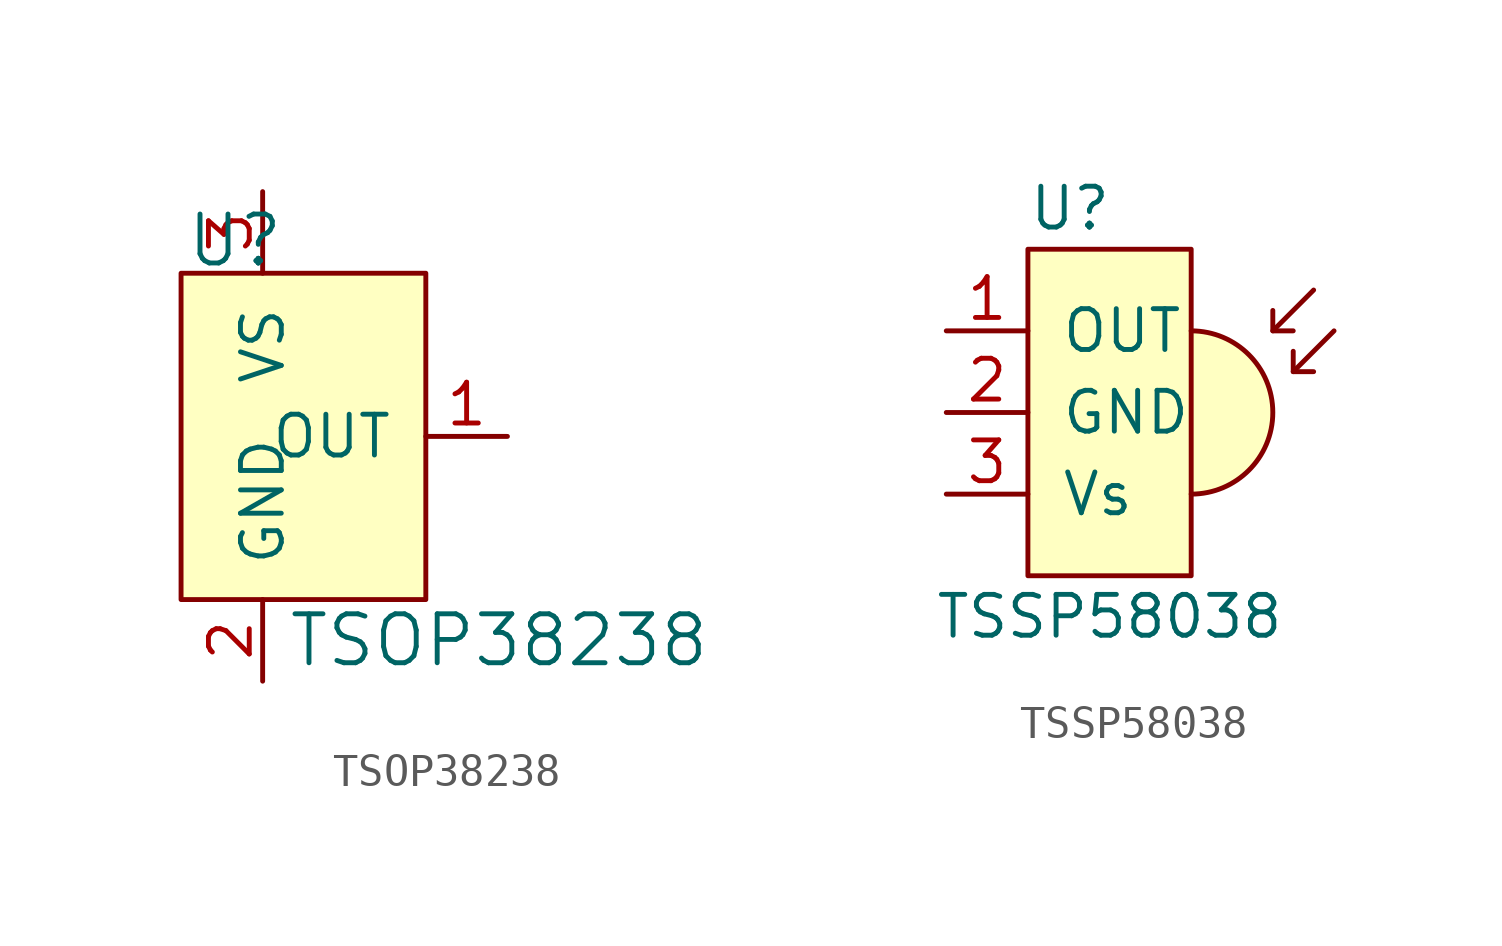
<source format=kicad_sym>
(kicad_symbol_lib
  (version 20211014)
  (generator kicad_symbol_editor)
  (symbol "TSOP38238"
    (pin_names
      (offset 1.016))
    (property "Reference" "U"
      (at -2.413 3.556 0)
      (effects (font (size 1.524 1.524)) (justify left)))
    (property "Value" "TSOP38238"
      (at 0.762 -8.89 0)
      (effects (font (size 1.524 1.524)) (justify left)))
    (symbol "TSOP38238_0_1"
      (rectangle (start -2.54 2.54) (end 5.08 -7.62) (stroke (width 0) (type default) (color 0 0 0 0)) (fill (type background))))
    (symbol "TSOP38238_1_1"
      (pin output line (at 7.62 -2.54 180) (length 2.54) (name "OUT" (effects (font (size 1.27 1.27)))) (number "1" (effects (font (size 1.27 1.27)))))
      (pin power_in line (at 0 -10.16 90) (length 2.54) (name "GND" (effects (font (size 1.27 1.27)))) (number "2" (effects (font (size 1.27 1.27)))))
      (pin power_in line (at 0 5.08 270) (length 2.54) (name "VS" (effects (font (size 1.27 1.27)))) (number "3" (effects (font (size 1.27 1.27)))))))
  (symbol "TSSP58038"
    (pin_names
      (offset 1.016))
    (property "Reference" "U"
      (at -2.54 6.35 0)
      (effects (font (size 1.27 1.27)) (justify left)))
    (property "Value" "TSSP58038"
      (at 0 -6.35 0)
      (effects (font (size 1.27 1.27))))
    (symbol "TSSP58038_0_1"
      (rectangle (start -2.54 5.08) (end 2.54 -5.08) (stroke (width 0) (type default) (color 0 0 0 0)) (fill (type background)))
      (polyline (pts (xy 5.08 2.54) (xy 6.35 3.81)) (stroke (width 0) (type default) (color 0 0 0 0)) (fill (type none)))
      (polyline (pts (xy 5.715 1.27) (xy 6.985 2.54)) (stroke (width 0) (type default) (color 0 0 0 0)) (fill (type none)))
      (polyline (pts (xy 5.08 3.175) (xy 5.08 2.54) (xy 5.715 2.54)) (stroke (width 0) (type default) (color 0 0 0 0)) (fill (type none)))
      (polyline (pts (xy 5.715 1.905) (xy 5.715 1.27) (xy 6.35 1.27)) (stroke (width 0) (type default) (color 0 0 0 0)) (fill (type none)))
      (arc (start 2.54 -2.54) (mid 5.08 0) (end 2.54 2.54) (stroke (width 0) (type default) (color 0 0 0 0)) (fill (type background))))
    (symbol "TSSP58038_1_1"
      (pin output line (at -5.08 2.54 0) (length 2.54) (name "OUT" (effects (font (size 1.27 1.27)))) (number "1" (effects (font (size 1.27 1.27)))))
      (pin power_in line (at -5.08 0 0) (length 2.54) (name "GND" (effects (font (size 1.27 1.27)))) (number "2" (effects (font (size 1.27 1.27)))))
      (pin power_in line (at -5.08 -2.54 0) (length 2.54) (name "Vs" (effects (font (size 1.27 1.27)))) (number "3" (effects (font (size 1.27 1.27))))))))
</source>
